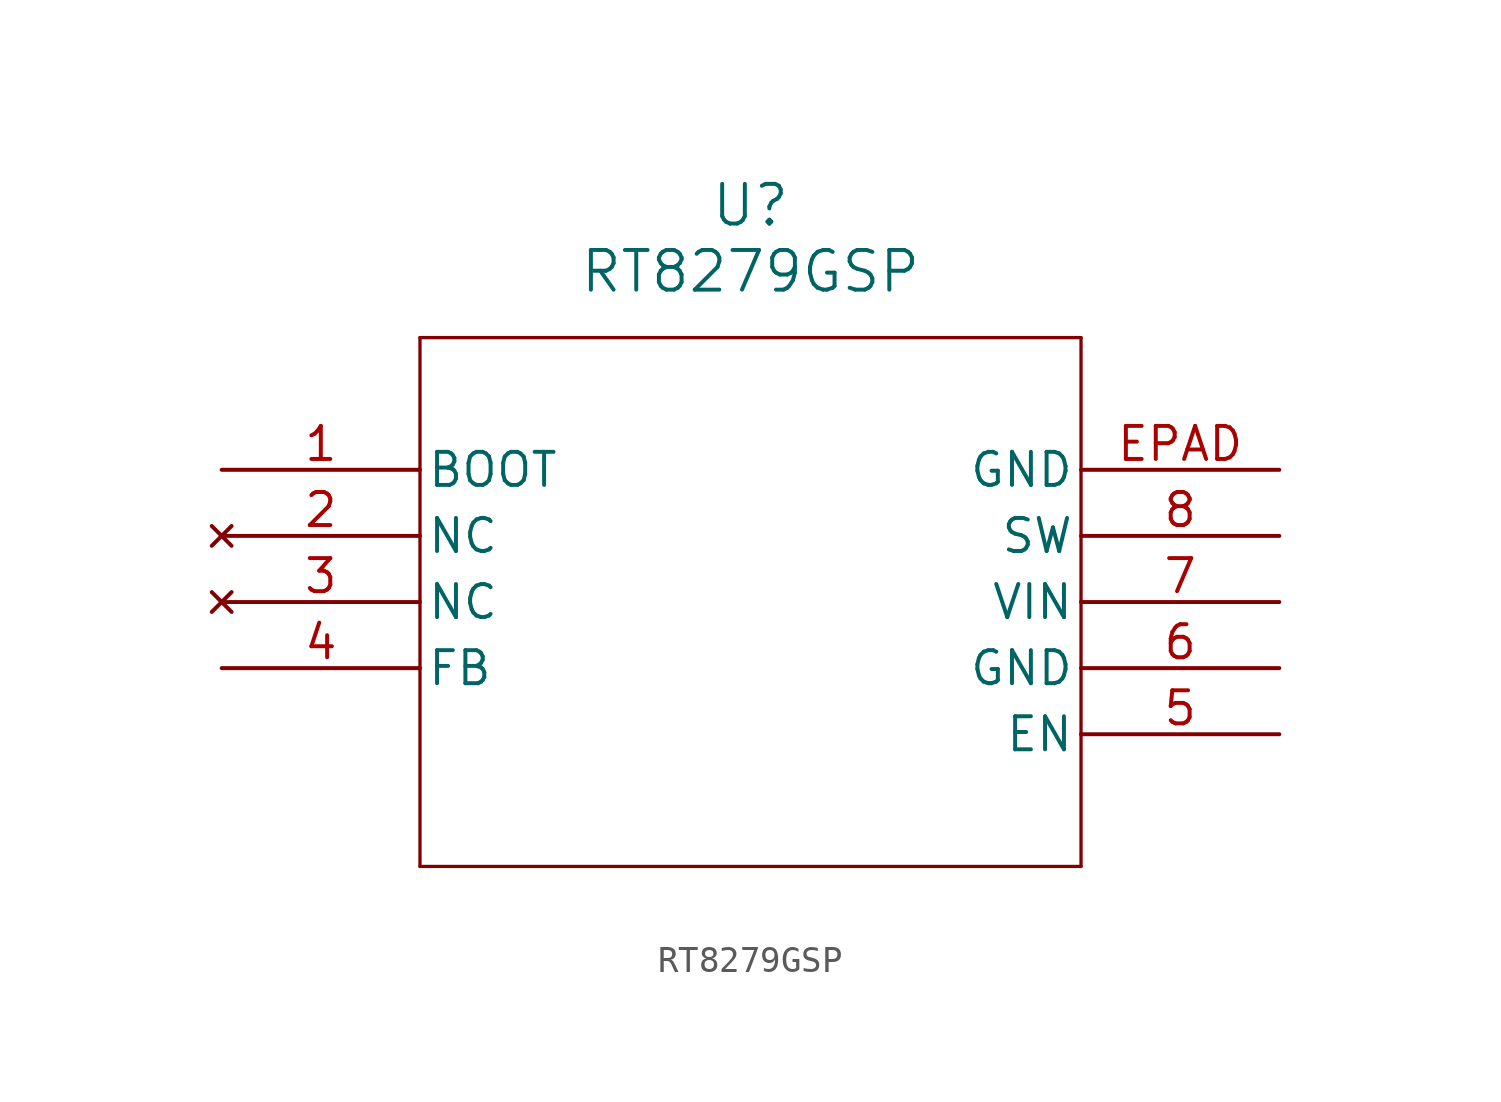
<source format=kicad_sym>
(kicad_symbol_lib
  (version 20211014)
  (generator kicad_symbol_editor)
  (symbol "RT8279GSP"
    (pin_names
      (offset 0.254))
    (property "Reference" "U"
      (at 20.32 10.16 0)
      (effects (font (size 1.524 1.524))))
    (property "Value" "RT8279GSP"
      (at 20.32 7.62 0)
      (effects (font (size 1.524 1.524))))
    (symbol "RT8279GSP_0_1"
      (polyline (pts (xy 7.62 5.08) (xy 7.62 -15.24)) (stroke (width 0.127) (type default) (color 0 0 0 0)) (fill (type none)))
      (polyline (pts (xy 7.62 -15.24) (xy 33.02 -15.24)) (stroke (width 0.127) (type default) (color 0 0 0 0)) (fill (type none)))
      (polyline (pts (xy 33.02 -15.24) (xy 33.02 5.08)) (stroke (width 0.127) (type default) (color 0 0 0 0)) (fill (type none)))
      (polyline (pts (xy 33.02 5.08) (xy 7.62 5.08)) (stroke (width 0.127) (type default) (color 0 0 0 0)) (fill (type none)))
      (pin input line (at 0 0 0) (length 7.62) (name "BOOT" (effects (font (size 1.27 1.27)))) (number "1" (effects (font (size 1.27 1.27)))))
      (pin no_connect line (at 0 -2.54 0) (length 7.62) (name "NC" (effects (font (size 1.27 1.27)))) (number "2" (effects (font (size 1.27 1.27)))))
      (pin no_connect line (at 0 -5.08 0) (length 7.62) (name "NC" (effects (font (size 1.27 1.27)))) (number "3" (effects (font (size 1.27 1.27)))))
      (pin input line (at 0 -7.62 0) (length 7.62) (name "FB" (effects (font (size 1.27 1.27)))) (number "4" (effects (font (size 1.27 1.27)))))
      (pin input line (at 40.64 -10.16 180) (length 7.62) (name "EN" (effects (font (size 1.27 1.27)))) (number "5" (effects (font (size 1.27 1.27)))))
      (pin power_out line (at 40.64 -7.62 180) (length 7.62) (name "GND" (effects (font (size 1.27 1.27)))) (number "6" (effects (font (size 1.27 1.27)))))
      (pin power_in line (at 40.64 -5.08 180) (length 7.62) (name "VIN" (effects (font (size 1.27 1.27)))) (number "7" (effects (font (size 1.27 1.27)))))
      (pin output line (at 40.64 -2.54 180) (length 7.62) (name "SW" (effects (font (size 1.27 1.27)))) (number "8" (effects (font (size 1.27 1.27)))))
      (pin power_out line (at 40.64 0 180) (length 7.62) (name "GND" (effects (font (size 1.27 1.27)))) (number "EPAD" (effects (font (size 1.27 1.27))))))))
</source>
